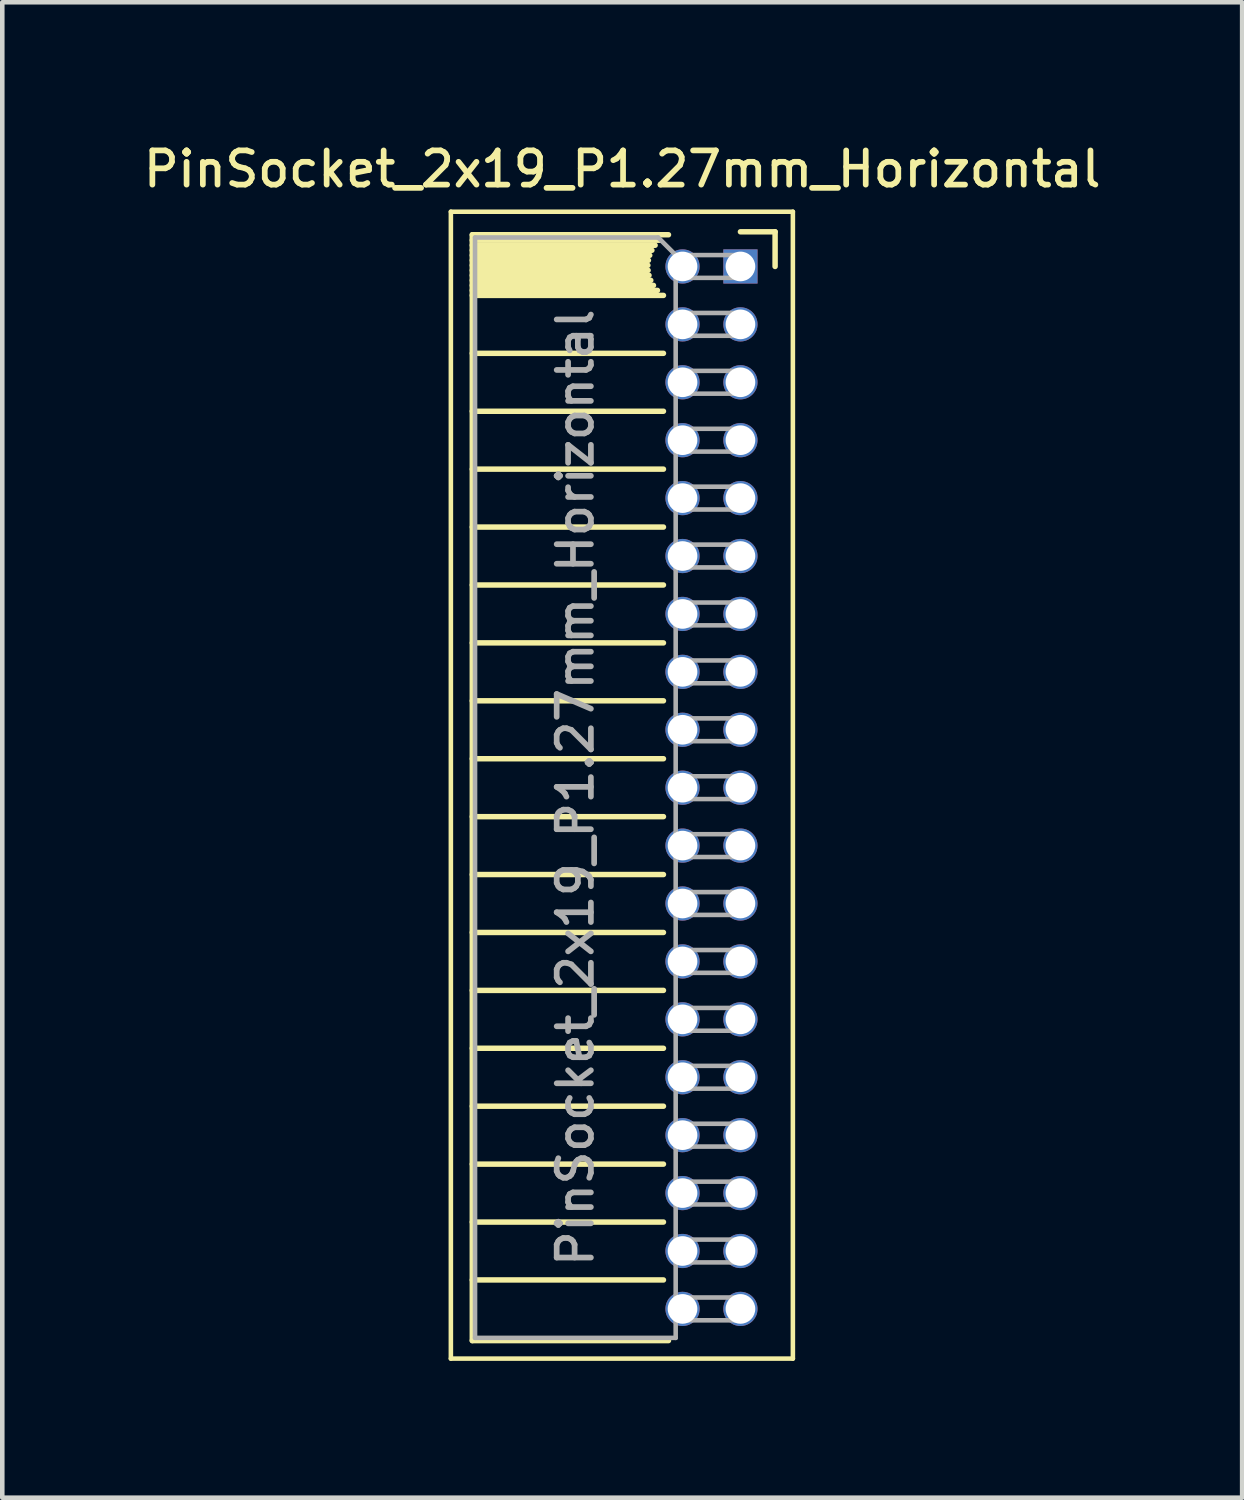
<source format=kicad_pcb>
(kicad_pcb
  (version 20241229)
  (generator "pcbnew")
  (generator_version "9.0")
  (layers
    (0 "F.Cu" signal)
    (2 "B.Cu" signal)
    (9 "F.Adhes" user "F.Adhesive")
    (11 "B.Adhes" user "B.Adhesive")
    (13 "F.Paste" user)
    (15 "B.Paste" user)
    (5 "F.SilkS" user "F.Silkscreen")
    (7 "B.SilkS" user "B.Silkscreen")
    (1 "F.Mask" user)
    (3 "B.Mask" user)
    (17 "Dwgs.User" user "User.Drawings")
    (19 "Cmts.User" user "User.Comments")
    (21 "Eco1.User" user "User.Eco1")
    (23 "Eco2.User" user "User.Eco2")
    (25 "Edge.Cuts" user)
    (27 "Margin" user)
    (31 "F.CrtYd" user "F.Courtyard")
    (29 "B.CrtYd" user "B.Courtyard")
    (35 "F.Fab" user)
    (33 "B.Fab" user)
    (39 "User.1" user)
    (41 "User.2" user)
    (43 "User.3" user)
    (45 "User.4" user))
  (footprint "PinSocket_2x19_P1.27mm_Horizontal"
    (layer "F.Cu")
    (at 13.187 2.793)
    (property "Reference" "PinSocket_2x19_P1.27mm_Horizontal" (at -2.592 -2.135 0) (layer "F.SilkS") (effects (font (size 0.75 0.75) (thickness 0.125))))
    (attr through_hole)
    (fp_line (start -6.35 -1.2) (end -6.35 23.95) (stroke (width 0.1) (type solid)) (layer "F.SilkS"))
    (fp_line (start -6.35 23.95) (end 1.15 23.95) (stroke (width 0.1) (type solid)) (layer "F.SilkS"))
    (fp_line (start -5.88 -0.695) (end -5.88 23.555) (stroke (width 0.12) (type solid)) (layer "F.SilkS"))
    (fp_line (start -5.88 -0.695) (end -1.578 -0.695) (stroke (width 0.12) (type solid)) (layer "F.SilkS"))
    (fp_line (start -5.88 -0.575) (end -1.767 -0.575) (stroke (width 0.12) (type solid)) (layer "F.SilkS"))
    (fp_line (start -5.88 -0.465) (end -1.871 -0.465) (stroke (width 0.12) (type solid)) (layer "F.SilkS"))
    (fp_line (start -5.88 -0.355) (end -1.942 -0.355) (stroke (width 0.12) (type solid)) (layer "F.SilkS"))
    (fp_line (start -5.88 -0.245) (end -1.989 -0.245) (stroke (width 0.12) (type solid)) (layer "F.SilkS"))
    (fp_line (start -5.88 -0.135) (end -2.018 -0.135) (stroke (width 0.12) (type solid)) (layer "F.SilkS"))
    (fp_line (start -5.88 -0.025) (end -2.03 -0.025) (stroke (width 0.12) (type solid)) (layer "F.SilkS"))
    (fp_line (start -5.88 0.085) (end -2.025 0.085) (stroke (width 0.12) (type solid)) (layer "F.SilkS"))
    (fp_line (start -5.88 0.195) (end -2.005 0.195) (stroke (width 0.12) (type solid)) (layer "F.SilkS"))
    (fp_line (start -5.88 0.305) (end -1.966 0.305) (stroke (width 0.12) (type solid)) (layer "F.SilkS"))
    (fp_line (start -5.88 0.415) (end -1.907 0.415) (stroke (width 0.12) (type solid)) (layer "F.SilkS"))
    (fp_line (start -5.88 0.525) (end -1.82 0.525) (stroke (width 0.12) (type solid)) (layer "F.SilkS"))
    (fp_line (start -5.88 0.635) (end -1.688 0.635) (stroke (width 0.12) (type solid)) (layer "F.SilkS"))
    (fp_line (start -5.88 1.905) (end -1.688 1.905) (stroke (width 0.12) (type solid)) (layer "F.SilkS"))
    (fp_line (start -5.88 3.175) (end -1.688 3.175) (stroke (width 0.12) (type solid)) (layer "F.SilkS"))
    (fp_line (start -5.88 4.445) (end -1.688 4.445) (stroke (width 0.12) (type solid)) (layer "F.SilkS"))
    (fp_line (start -5.88 5.715) (end -1.688 5.715) (stroke (width 0.12) (type solid)) (layer "F.SilkS"))
    (fp_line (start -5.88 6.985) (end -1.688 6.985) (stroke (width 0.12) (type solid)) (layer "F.SilkS"))
    (fp_line (start -5.88 8.255) (end -1.688 8.255) (stroke (width 0.12) (type solid)) (layer "F.SilkS"))
    (fp_line (start -5.88 9.525) (end -1.688 9.525) (stroke (width 0.12) (type solid)) (layer "F.SilkS"))
    (fp_line (start -5.88 10.795) (end -1.688 10.795) (stroke (width 0.12) (type solid)) (layer "F.SilkS"))
    (fp_line (start -5.88 12.065) (end -1.688 12.065) (stroke (width 0.12) (type solid)) (layer "F.SilkS"))
    (fp_line (start -5.88 13.335) (end -1.688 13.335) (stroke (width 0.12) (type solid)) (layer "F.SilkS"))
    (fp_line (start -5.88 14.605) (end -1.688 14.605) (stroke (width 0.12) (type solid)) (layer "F.SilkS"))
    (fp_line (start -5.88 15.875) (end -1.688 15.875) (stroke (width 0.12) (type solid)) (layer "F.SilkS"))
    (fp_line (start -5.88 17.145) (end -1.688 17.145) (stroke (width 0.12) (type solid)) (layer "F.SilkS"))
    (fp_line (start -5.88 18.415) (end -1.688 18.415) (stroke (width 0.12) (type solid)) (layer "F.SilkS"))
    (fp_line (start -5.88 19.685) (end -1.688 19.685) (stroke (width 0.12) (type solid)) (layer "F.SilkS"))
    (fp_line (start -5.88 20.955) (end -1.688 20.955) (stroke (width 0.12) (type solid)) (layer "F.SilkS"))
    (fp_line (start -5.88 22.225) (end -1.688 22.225) (stroke (width 0.12) (type solid)) (layer "F.SilkS"))
    (fp_line (start -5.88 23.555) (end -1.578 23.555) (stroke (width 0.12) (type solid)) (layer "F.SilkS"))
    (fp_line (start 0 -0.76) (end 0.76 -0.76) (stroke (width 0.12) (type solid)) (layer "F.SilkS"))
    (fp_line (start 0.76 -0.76) (end 0.76 0) (stroke (width 0.12) (type solid)) (layer "F.SilkS"))
    (fp_line (start 1.15 -1.2) (end -6.35 -1.2) (stroke (width 0.1) (type solid)) (layer "F.SilkS"))
    (fp_line (start 1.15 23.95) (end 1.15 -1.2) (stroke (width 0.1) (type solid)) (layer "F.SilkS"))
    (fp_line (start -5.82 -0.635) (end -1.805 -0.635) (stroke (width 0.1) (type solid)) (layer "F.Fab"))
    (fp_line (start -5.82 23.495) (end -5.82 -0.635) (stroke (width 0.1) (type solid)) (layer "F.Fab"))
    (fp_line (start -1.805 -0.635) (end -1.42 -0.25) (stroke (width 0.1) (type solid)) (layer "F.Fab"))
    (fp_line (start -1.42 -0.25) (end -1.42 23.495) (stroke (width 0.1) (type solid)) (layer "F.Fab"))
    (fp_line (start -1.42 0.25) (end 0 0.25) (stroke (width 0.1) (type solid)) (layer "F.Fab"))
    (fp_line (start -1.42 1.52) (end 0 1.52) (stroke (width 0.1) (type solid)) (layer "F.Fab"))
    (fp_line (start -1.42 2.79) (end 0 2.79) (stroke (width 0.1) (type solid)) (layer "F.Fab"))
    (fp_line (start -1.42 4.06) (end 0 4.06) (stroke (width 0.1) (type solid)) (layer "F.Fab"))
    (fp_line (start -1.42 5.33) (end 0 5.33) (stroke (width 0.1) (type solid)) (layer "F.Fab"))
    (fp_line (start -1.42 6.6) (end 0 6.6) (stroke (width 0.1) (type solid)) (layer "F.Fab"))
    (fp_line (start -1.42 7.87) (end 0 7.87) (stroke (width 0.1) (type solid)) (layer "F.Fab"))
    (fp_line (start -1.42 9.14) (end 0 9.14) (stroke (width 0.1) (type solid)) (layer "F.Fab"))
    (fp_line (start -1.42 10.41) (end 0 10.41) (stroke (width 0.1) (type solid)) (layer "F.Fab"))
    (fp_line (start -1.42 11.68) (end 0 11.68) (stroke (width 0.1) (type solid)) (layer "F.Fab"))
    (fp_line (start -1.42 12.95) (end 0 12.95) (stroke (width 0.1) (type solid)) (layer "F.Fab"))
    (fp_line (start -1.42 14.22) (end 0 14.22) (stroke (width 0.1) (type solid)) (layer "F.Fab"))
    (fp_line (start -1.42 15.49) (end 0 15.49) (stroke (width 0.1) (type solid)) (layer "F.Fab"))
    (fp_line (start -1.42 16.76) (end 0 16.76) (stroke (width 0.1) (type solid)) (layer "F.Fab"))
    (fp_line (start -1.42 18.03) (end 0 18.03) (stroke (width 0.1) (type solid)) (layer "F.Fab"))
    (fp_line (start -1.42 19.3) (end 0 19.3) (stroke (width 0.1) (type solid)) (layer "F.Fab"))
    (fp_line (start -1.42 20.57) (end 0 20.57) (stroke (width 0.1) (type solid)) (layer "F.Fab"))
    (fp_line (start -1.42 21.84) (end 0 21.84) (stroke (width 0.1) (type solid)) (layer "F.Fab"))
    (fp_line (start -1.42 23.11) (end 0 23.11) (stroke (width 0.1) (type solid)) (layer "F.Fab"))
    (fp_line (start -1.42 23.495) (end -5.82 23.495) (stroke (width 0.1) (type solid)) (layer "F.Fab"))
    (fp_line (start 0 -0.25) (end -1.42 -0.25) (stroke (width 0.1) (type solid)) (layer "F.Fab"))
    (fp_line (start 0 0.25) (end 0 -0.25) (stroke (width 0.1) (type solid)) (layer "F.Fab"))
    (fp_line (start 0 1.02) (end -1.42 1.02) (stroke (width 0.1) (type solid)) (layer "F.Fab"))
    (fp_line (start 0 1.52) (end 0 1.02) (stroke (width 0.1) (type solid)) (layer "F.Fab"))
    (fp_line (start 0 2.29) (end -1.42 2.29) (stroke (width 0.1) (type solid)) (layer "F.Fab"))
    (fp_line (start 0 2.79) (end 0 2.29) (stroke (width 0.1) (type solid)) (layer "F.Fab"))
    (fp_line (start 0 3.56) (end -1.42 3.56) (stroke (width 0.1) (type solid)) (layer "F.Fab"))
    (fp_line (start 0 4.06) (end 0 3.56) (stroke (width 0.1) (type solid)) (layer "F.Fab"))
    (fp_line (start 0 4.83) (end -1.42 4.83) (stroke (width 0.1) (type solid)) (layer "F.Fab"))
    (fp_line (start 0 5.33) (end 0 4.83) (stroke (width 0.1) (type solid)) (layer "F.Fab"))
    (fp_line (start 0 6.1) (end -1.42 6.1) (stroke (width 0.1) (type solid)) (layer "F.Fab"))
    (fp_line (start 0 6.6) (end 0 6.1) (stroke (width 0.1) (type solid)) (layer "F.Fab"))
    (fp_line (start 0 7.37) (end -1.42 7.37) (stroke (width 0.1) (type solid)) (layer "F.Fab"))
    (fp_line (start 0 7.87) (end 0 7.37) (stroke (width 0.1) (type solid)) (layer "F.Fab"))
    (fp_line (start 0 8.64) (end -1.42 8.64) (stroke (width 0.1) (type solid)) (layer "F.Fab"))
    (fp_line (start 0 9.14) (end 0 8.64) (stroke (width 0.1) (type solid)) (layer "F.Fab"))
    (fp_line (start 0 9.91) (end -1.42 9.91) (stroke (width 0.1) (type solid)) (layer "F.Fab"))
    (fp_line (start 0 10.41) (end 0 9.91) (stroke (width 0.1) (type solid)) (layer "F.Fab"))
    (fp_line (start 0 11.18) (end -1.42 11.18) (stroke (width 0.1) (type solid)) (layer "F.Fab"))
    (fp_line (start 0 11.68) (end 0 11.18) (stroke (width 0.1) (type solid)) (layer "F.Fab"))
    (fp_line (start 0 12.45) (end -1.42 12.45) (stroke (width 0.1) (type solid)) (layer "F.Fab"))
    (fp_line (start 0 12.95) (end 0 12.45) (stroke (width 0.1) (type solid)) (layer "F.Fab"))
    (fp_line (start 0 13.72) (end -1.42 13.72) (stroke (width 0.1) (type solid)) (layer "F.Fab"))
    (fp_line (start 0 14.22) (end 0 13.72) (stroke (width 0.1) (type solid)) (layer "F.Fab"))
    (fp_line (start 0 14.99) (end -1.42 14.99) (stroke (width 0.1) (type solid)) (layer "F.Fab"))
    (fp_line (start 0 15.49) (end 0 14.99) (stroke (width 0.1) (type solid)) (layer "F.Fab"))
    (fp_line (start 0 16.26) (end -1.42 16.26) (stroke (width 0.1) (type solid)) (layer "F.Fab"))
    (fp_line (start 0 16.76) (end 0 16.26) (stroke (width 0.1) (type solid)) (layer "F.Fab"))
    (fp_line (start 0 17.53) (end -1.42 17.53) (stroke (width 0.1) (type solid)) (layer "F.Fab"))
    (fp_line (start 0 18.03) (end 0 17.53) (stroke (width 0.1) (type solid)) (layer "F.Fab"))
    (fp_line (start 0 18.8) (end -1.42 18.8) (stroke (width 0.1) (type solid)) (layer "F.Fab"))
    (fp_line (start 0 19.3) (end 0 18.8) (stroke (width 0.1) (type solid)) (layer "F.Fab"))
    (fp_line (start 0 20.07) (end -1.42 20.07) (stroke (width 0.1) (type solid)) (layer "F.Fab"))
    (fp_line (start 0 20.57) (end 0 20.07) (stroke (width 0.1) (type solid)) (layer "F.Fab"))
    (fp_line (start 0 21.34) (end -1.42 21.34) (stroke (width 0.1) (type solid)) (layer "F.Fab"))
    (fp_line (start 0 21.84) (end 0 21.34) (stroke (width 0.1) (type solid)) (layer "F.Fab"))
    (fp_line (start 0 22.61) (end -1.42 22.61) (stroke (width 0.1) (type solid)) (layer "F.Fab"))
    (fp_line (start 0 23.11) (end 0 22.61) (stroke (width 0.1) (type solid)) (layer "F.Fab"))
    (fp_text user "${REFERENCE}" (at -3.62 11.43 90) (layer "F.Fab") (effects (font (size 0.75 0.75) (thickness 0.125))))
    (pad "1" thru_hole rect (at 0 0) (size 0.75 0.75) (drill 0.65) (layers "*.Cu" "*.Mask"))
    (pad "2" thru_hole oval (at -1.27 0) (size 0.75 0.75) (drill 0.65) (layers "*.Cu" "*.Mask"))
    (pad "3" thru_hole oval (at 0 1.27) (size 0.75 0.75) (drill 0.65) (layers "*.Cu" "*.Mask"))
    (pad "4" thru_hole oval (at -1.27 1.27) (size 0.75 0.75) (drill 0.65) (layers "*.Cu" "*.Mask"))
    (pad "5" thru_hole oval (at 0 2.54) (size 0.75 0.75) (drill 0.65) (layers "*.Cu" "*.Mask"))
    (pad "6" thru_hole oval (at -1.27 2.54) (size 0.75 0.75) (drill 0.65) (layers "*.Cu" "*.Mask"))
    (pad "7" thru_hole oval (at 0 3.81) (size 0.75 0.75) (drill 0.65) (layers "*.Cu" "*.Mask"))
    (pad "8" thru_hole oval (at -1.27 3.81) (size 0.75 0.75) (drill 0.65) (layers "*.Cu" "*.Mask"))
    (pad "9" thru_hole oval (at 0 5.08) (size 0.75 0.75) (drill 0.65) (layers "*.Cu" "*.Mask"))
    (pad "10" thru_hole oval (at -1.27 5.08) (size 0.75 0.75) (drill 0.65) (layers "*.Cu" "*.Mask"))
    (pad "11" thru_hole oval (at 0 6.35) (size 0.75 0.75) (drill 0.65) (layers "*.Cu" "*.Mask"))
    (pad "12" thru_hole oval (at -1.27 6.35) (size 0.75 0.75) (drill 0.65) (layers "*.Cu" "*.Mask"))
    (pad "13" thru_hole oval (at 0 7.62) (size 0.75 0.75) (drill 0.65) (layers "*.Cu" "*.Mask"))
    (pad "14" thru_hole oval (at -1.27 7.62) (size 0.75 0.75) (drill 0.65) (layers "*.Cu" "*.Mask"))
    (pad "15" thru_hole oval (at 0 8.89) (size 0.75 0.75) (drill 0.65) (layers "*.Cu" "*.Mask"))
    (pad "16" thru_hole oval (at -1.27 8.89) (size 0.75 0.75) (drill 0.65) (layers "*.Cu" "*.Mask"))
    (pad "17" thru_hole oval (at 0 10.16) (size 0.75 0.75) (drill 0.65) (layers "*.Cu" "*.Mask"))
    (pad "18" thru_hole oval (at -1.27 10.16) (size 0.75 0.75) (drill 0.65) (layers "*.Cu" "*.Mask"))
    (pad "19" thru_hole oval (at 0 11.43) (size 0.75 0.75) (drill 0.65) (layers "*.Cu" "*.Mask"))
    (pad "20" thru_hole oval (at -1.27 11.43) (size 0.75 0.75) (drill 0.65) (layers "*.Cu" "*.Mask"))
    (pad "21" thru_hole oval (at 0 12.7) (size 0.75 0.75) (drill 0.65) (layers "*.Cu" "*.Mask"))
    (pad "22" thru_hole oval (at -1.27 12.7) (size 0.75 0.75) (drill 0.65) (layers "*.Cu" "*.Mask"))
    (pad "23" thru_hole oval (at 0 13.97) (size 0.75 0.75) (drill 0.65) (layers "*.Cu" "*.Mask"))
    (pad "24" thru_hole oval (at -1.27 13.97) (size 0.75 0.75) (drill 0.65) (layers "*.Cu" "*.Mask"))
    (pad "25" thru_hole oval (at 0 15.24) (size 0.75 0.75) (drill 0.65) (layers "*.Cu" "*.Mask"))
    (pad "26" thru_hole oval (at -1.27 15.24) (size 0.75 0.75) (drill 0.65) (layers "*.Cu" "*.Mask"))
    (pad "27" thru_hole oval (at 0 16.51) (size 0.75 0.75) (drill 0.65) (layers "*.Cu" "*.Mask"))
    (pad "28" thru_hole oval (at -1.27 16.51) (size 0.75 0.75) (drill 0.65) (layers "*.Cu" "*.Mask"))
    (pad "29" thru_hole oval (at 0 17.78) (size 0.75 0.75) (drill 0.65) (layers "*.Cu" "*.Mask"))
    (pad "30" thru_hole oval (at -1.27 17.78) (size 0.75 0.75) (drill 0.65) (layers "*.Cu" "*.Mask"))
    (pad "31" thru_hole oval (at 0 19.05) (size 0.75 0.75) (drill 0.65) (layers "*.Cu" "*.Mask"))
    (pad "32" thru_hole oval (at -1.27 19.05) (size 0.75 0.75) (drill 0.65) (layers "*.Cu" "*.Mask"))
    (pad "33" thru_hole oval (at 0 20.32) (size 0.75 0.75) (drill 0.65) (layers "*.Cu" "*.Mask"))
    (pad "34" thru_hole oval (at -1.27 20.32) (size 0.75 0.75) (drill 0.65) (layers "*.Cu" "*.Mask"))
    (pad "35" thru_hole oval (at 0 21.59) (size 0.75 0.75) (drill 0.65) (layers "*.Cu" "*.Mask"))
    (pad "36" thru_hole oval (at -1.27 21.59) (size 0.75 0.75) (drill 0.65) (layers "*.Cu" "*.Mask"))
    (pad "37" thru_hole oval (at 0 22.86) (size 0.75 0.75) (drill 0.65) (layers "*.Cu" "*.Mask"))
    (pad "38" thru_hole oval (at -1.27 22.86) (size 0.75 0.75) (drill 0.65) (layers "*.Cu" "*.Mask")))
  (gr_rect
    (start -3 -3)
    (end 24.189 29.793)
    (stroke (width 0.1) (type default))
    (fill no)
    (layer "Edge.Cuts")))
</source>
